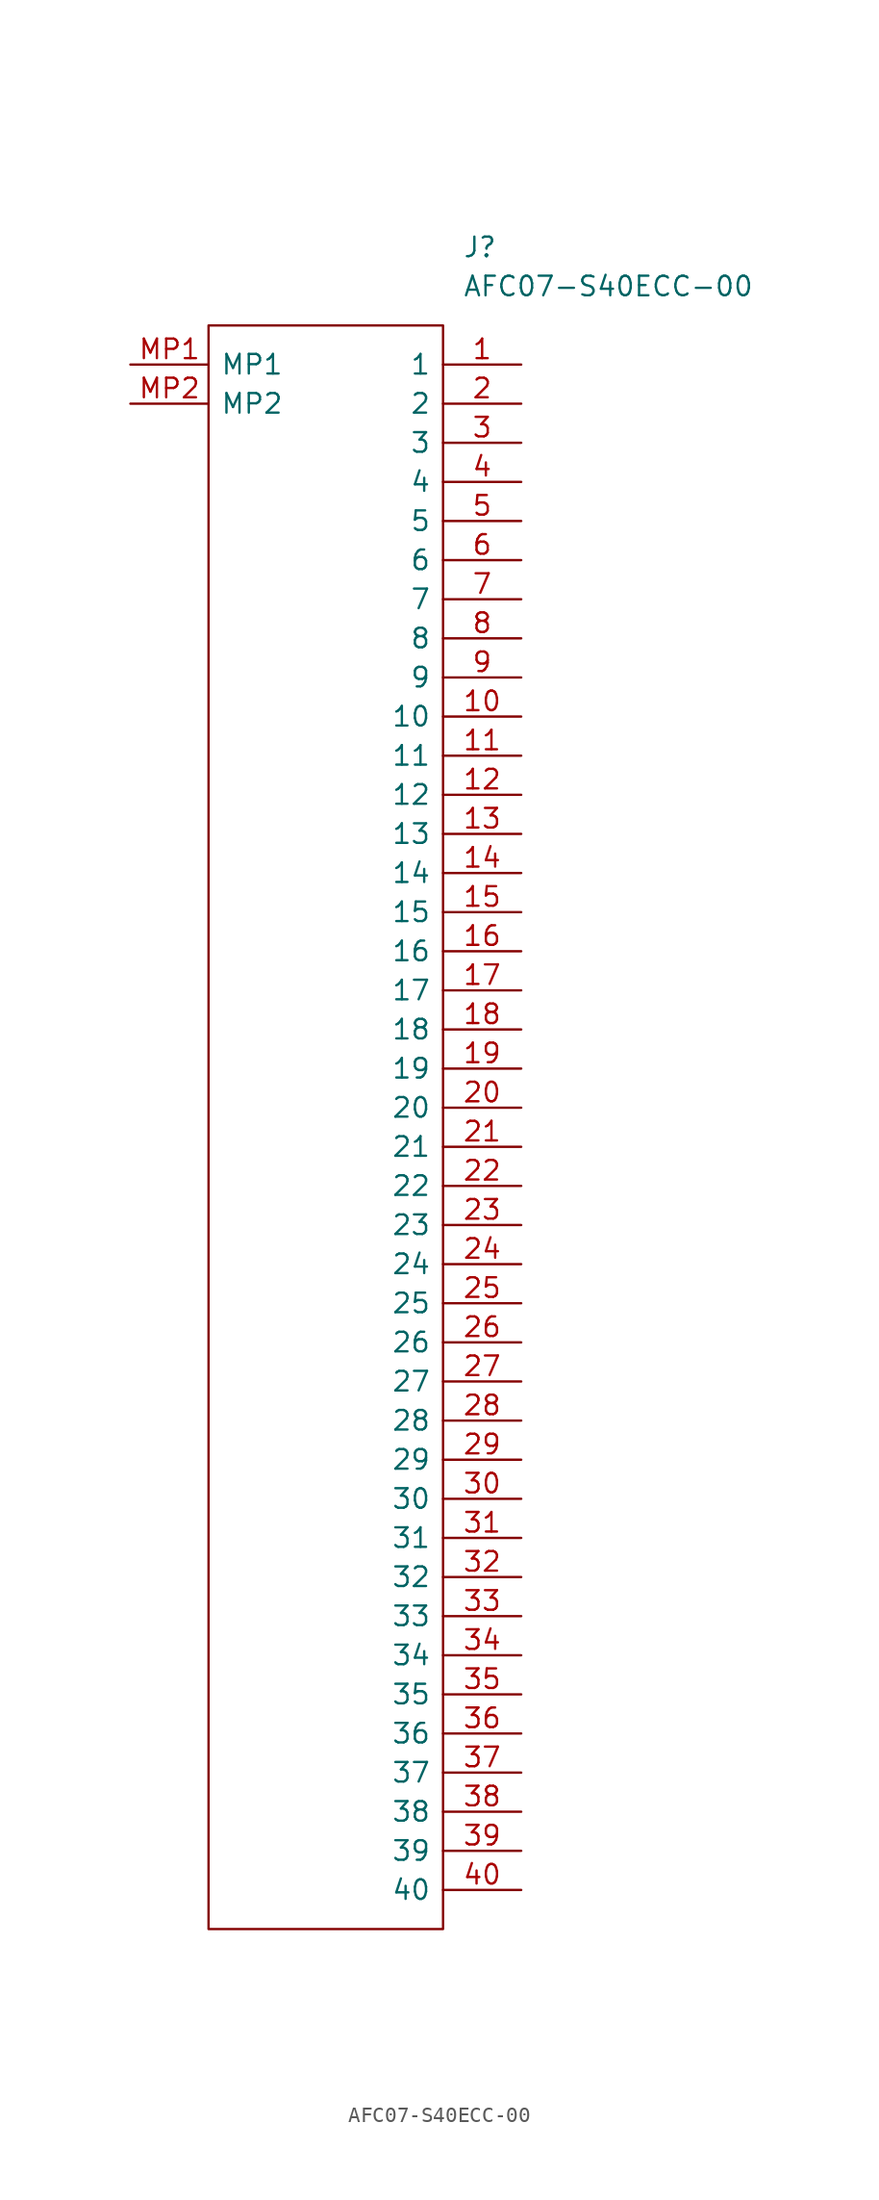
<source format=kicad_sym>
(kicad_symbol_lib
  (version 20211014)
  (generator kicad_symbol_editor)
  (symbol "AFC07-S40ECC-00"
    (pin_names
      (offset 0.762))
    (property "Reference" "J"
      (at 21.59 7.62 0)
      (effects (font (size 1.27 1.27)) (justify left)))
    (property "Value" "AFC07-S40ECC-00"
      (at 21.59 5.08 0)
      (effects (font (size 1.27 1.27)) (justify left)))
    (symbol "AFC07-S40ECC-00_0_0"
      (pin passive line (at 25.4 0 180) (length 5.08) (name "1" (effects (font (size 1.27 1.27)))) (number "1" (effects (font (size 1.27 1.27)))))
      (pin passive line (at 25.4 -22.86 180) (length 5.08) (name "10" (effects (font (size 1.27 1.27)))) (number "10" (effects (font (size 1.27 1.27)))))
      (pin passive line (at 25.4 -25.4 180) (length 5.08) (name "11" (effects (font (size 1.27 1.27)))) (number "11" (effects (font (size 1.27 1.27)))))
      (pin passive line (at 25.4 -27.94 180) (length 5.08) (name "12" (effects (font (size 1.27 1.27)))) (number "12" (effects (font (size 1.27 1.27)))))
      (pin passive line (at 25.4 -30.48 180) (length 5.08) (name "13" (effects (font (size 1.27 1.27)))) (number "13" (effects (font (size 1.27 1.27)))))
      (pin passive line (at 25.4 -33.02 180) (length 5.08) (name "14" (effects (font (size 1.27 1.27)))) (number "14" (effects (font (size 1.27 1.27)))))
      (pin passive line (at 25.4 -35.56 180) (length 5.08) (name "15" (effects (font (size 1.27 1.27)))) (number "15" (effects (font (size 1.27 1.27)))))
      (pin passive line (at 25.4 -38.1 180) (length 5.08) (name "16" (effects (font (size 1.27 1.27)))) (number "16" (effects (font (size 1.27 1.27)))))
      (pin passive line (at 25.4 -40.64 180) (length 5.08) (name "17" (effects (font (size 1.27 1.27)))) (number "17" (effects (font (size 1.27 1.27)))))
      (pin passive line (at 25.4 -43.18 180) (length 5.08) (name "18" (effects (font (size 1.27 1.27)))) (number "18" (effects (font (size 1.27 1.27)))))
      (pin passive line (at 25.4 -45.72 180) (length 5.08) (name "19" (effects (font (size 1.27 1.27)))) (number "19" (effects (font (size 1.27 1.27)))))
      (pin passive line (at 25.4 -2.54 180) (length 5.08) (name "2" (effects (font (size 1.27 1.27)))) (number "2" (effects (font (size 1.27 1.27)))))
      (pin passive line (at 25.4 -48.26 180) (length 5.08) (name "20" (effects (font (size 1.27 1.27)))) (number "20" (effects (font (size 1.27 1.27)))))
      (pin passive line (at 25.4 -50.8 180) (length 5.08) (name "21" (effects (font (size 1.27 1.27)))) (number "21" (effects (font (size 1.27 1.27)))))
      (pin passive line (at 25.4 -53.34 180) (length 5.08) (name "22" (effects (font (size 1.27 1.27)))) (number "22" (effects (font (size 1.27 1.27)))))
      (pin passive line (at 25.4 -55.88 180) (length 5.08) (name "23" (effects (font (size 1.27 1.27)))) (number "23" (effects (font (size 1.27 1.27)))))
      (pin passive line (at 25.4 -58.42 180) (length 5.08) (name "24" (effects (font (size 1.27 1.27)))) (number "24" (effects (font (size 1.27 1.27)))))
      (pin passive line (at 25.4 -60.96 180) (length 5.08) (name "25" (effects (font (size 1.27 1.27)))) (number "25" (effects (font (size 1.27 1.27)))))
      (pin passive line (at 25.4 -63.5 180) (length 5.08) (name "26" (effects (font (size 1.27 1.27)))) (number "26" (effects (font (size 1.27 1.27)))))
      (pin passive line (at 25.4 -66.04 180) (length 5.08) (name "27" (effects (font (size 1.27 1.27)))) (number "27" (effects (font (size 1.27 1.27)))))
      (pin passive line (at 25.4 -68.58 180) (length 5.08) (name "28" (effects (font (size 1.27 1.27)))) (number "28" (effects (font (size 1.27 1.27)))))
      (pin passive line (at 25.4 -71.12 180) (length 5.08) (name "29" (effects (font (size 1.27 1.27)))) (number "29" (effects (font (size 1.27 1.27)))))
      (pin passive line (at 25.4 -5.08 180) (length 5.08) (name "3" (effects (font (size 1.27 1.27)))) (number "3" (effects (font (size 1.27 1.27)))))
      (pin passive line (at 25.4 -73.66 180) (length 5.08) (name "30" (effects (font (size 1.27 1.27)))) (number "30" (effects (font (size 1.27 1.27)))))
      (pin passive line (at 25.4 -76.2 180) (length 5.08) (name "31" (effects (font (size 1.27 1.27)))) (number "31" (effects (font (size 1.27 1.27)))))
      (pin passive line (at 25.4 -78.74 180) (length 5.08) (name "32" (effects (font (size 1.27 1.27)))) (number "32" (effects (font (size 1.27 1.27)))))
      (pin passive line (at 25.4 -81.28 180) (length 5.08) (name "33" (effects (font (size 1.27 1.27)))) (number "33" (effects (font (size 1.27 1.27)))))
      (pin passive line (at 25.4 -83.82 180) (length 5.08) (name "34" (effects (font (size 1.27 1.27)))) (number "34" (effects (font (size 1.27 1.27)))))
      (pin passive line (at 25.4 -86.36 180) (length 5.08) (name "35" (effects (font (size 1.27 1.27)))) (number "35" (effects (font (size 1.27 1.27)))))
      (pin passive line (at 25.4 -88.9 180) (length 5.08) (name "36" (effects (font (size 1.27 1.27)))) (number "36" (effects (font (size 1.27 1.27)))))
      (pin passive line (at 25.4 -91.44 180) (length 5.08) (name "37" (effects (font (size 1.27 1.27)))) (number "37" (effects (font (size 1.27 1.27)))))
      (pin passive line (at 25.4 -93.98 180) (length 5.08) (name "38" (effects (font (size 1.27 1.27)))) (number "38" (effects (font (size 1.27 1.27)))))
      (pin passive line (at 25.4 -96.52 180) (length 5.08) (name "39" (effects (font (size 1.27 1.27)))) (number "39" (effects (font (size 1.27 1.27)))))
      (pin passive line (at 25.4 -7.62 180) (length 5.08) (name "4" (effects (font (size 1.27 1.27)))) (number "4" (effects (font (size 1.27 1.27)))))
      (pin passive line (at 25.4 -99.06 180) (length 5.08) (name "40" (effects (font (size 1.27 1.27)))) (number "40" (effects (font (size 1.27 1.27)))))
      (pin passive line (at 25.4 -10.16 180) (length 5.08) (name "5" (effects (font (size 1.27 1.27)))) (number "5" (effects (font (size 1.27 1.27)))))
      (pin passive line (at 25.4 -12.7 180) (length 5.08) (name "6" (effects (font (size 1.27 1.27)))) (number "6" (effects (font (size 1.27 1.27)))))
      (pin passive line (at 25.4 -15.24 180) (length 5.08) (name "7" (effects (font (size 1.27 1.27)))) (number "7" (effects (font (size 1.27 1.27)))))
      (pin passive line (at 25.4 -17.78 180) (length 5.08) (name "8" (effects (font (size 1.27 1.27)))) (number "8" (effects (font (size 1.27 1.27)))))
      (pin passive line (at 25.4 -20.32 180) (length 5.08) (name "9" (effects (font (size 1.27 1.27)))) (number "9" (effects (font (size 1.27 1.27)))))
      (pin passive line (at 0 0 0) (length 5.08) (name "MP1" (effects (font (size 1.27 1.27)))) (number "MP1" (effects (font (size 1.27 1.27)))))
      (pin passive line (at 0 -2.54 0) (length 5.08) (name "MP2" (effects (font (size 1.27 1.27)))) (number "MP2" (effects (font (size 1.27 1.27))))))
    (symbol "AFC07-S40ECC-00_0_1"
      (polyline (pts (xy 5.08 2.54) (xy 20.32 2.54) (xy 20.32 -101.6) (xy 5.08 -101.6) (xy 5.08 2.54)) (stroke (width 0.152) (type default) (color 0 0 0 0)) (fill (type none))))))
</source>
